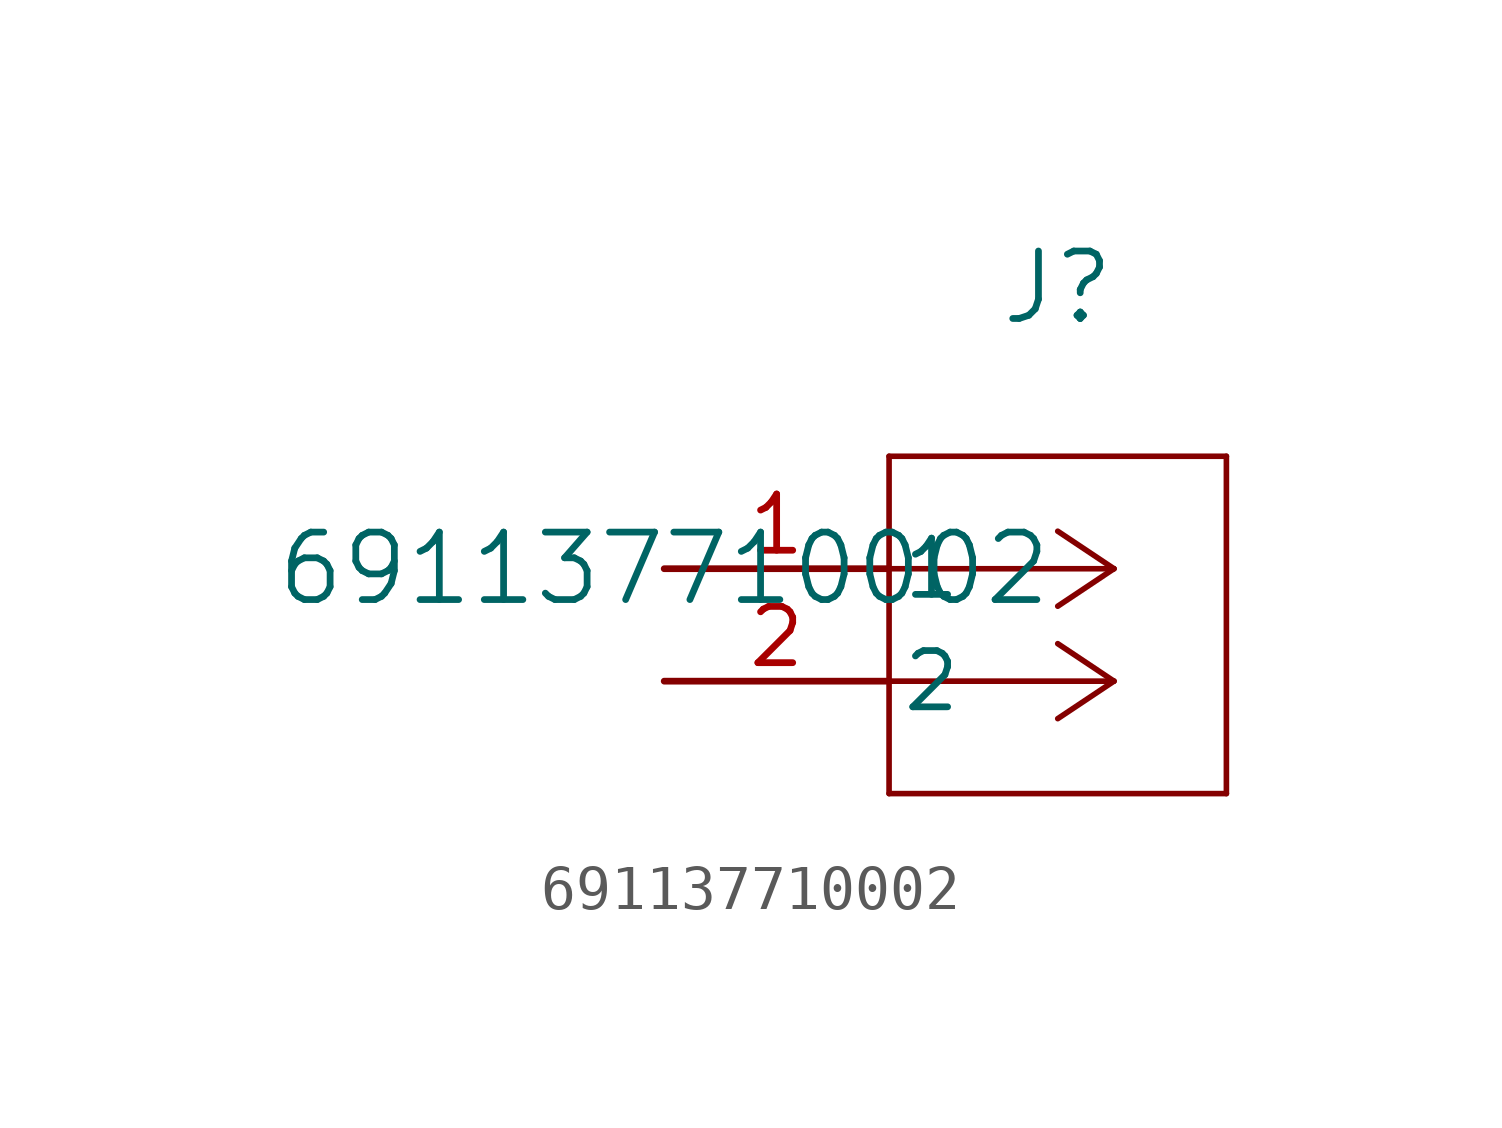
<source format=kicad_sym>
(kicad_symbol_lib
  (version 20211014)
  (generator kicad_symbol_editor)
  (symbol "691137710002"
    (pin_names
      (offset 0.254))
    (property "Reference" "J"
      (at 8.89 6.35 0)
      (effects (font (size 1.524 1.524))))
    (property "Value" "691137710002"
      (at 0 0 0)
      (effects (font (size 1.524 1.524))))
    (polyline
      (pts (xy 10.16 0) (xy 5.08 0))
      (stroke (width 0.127) (type default) (color 0 0 0 0))
      (fill (type none)))
    (polyline
      (pts (xy 10.16 -2.54) (xy 5.08 -2.54))
      (stroke (width 0.127) (type default) (color 0 0 0 0))
      (fill (type none)))
    (polyline
      (pts (xy 10.16 0) (xy 8.89 0.847))
      (stroke (width 0.127) (type default) (color 0 0 0 0))
      (fill (type none)))
    (polyline
      (pts (xy 10.16 -2.54) (xy 8.89 -1.693))
      (stroke (width 0.127) (type default) (color 0 0 0 0))
      (fill (type none)))
    (polyline
      (pts (xy 10.16 0) (xy 8.89 -0.847))
      (stroke (width 0.127) (type default) (color 0 0 0 0))
      (fill (type none)))
    (polyline
      (pts (xy 10.16 -2.54) (xy 8.89 -3.387))
      (stroke (width 0.127) (type default) (color 0 0 0 0))
      (fill (type none)))
    (polyline
      (pts (xy 5.08 2.54) (xy 5.08 -5.08))
      (stroke (width 0.127) (type default) (color 0 0 0 0))
      (fill (type none)))
    (polyline
      (pts (xy 5.08 -5.08) (xy 12.7 -5.08))
      (stroke (width 0.127) (type default) (color 0 0 0 0))
      (fill (type none)))
    (polyline
      (pts (xy 12.7 -5.08) (xy 12.7 2.54))
      (stroke (width 0.127) (type default) (color 0 0 0 0))
      (fill (type none)))
    (polyline
      (pts (xy 12.7 2.54) (xy 5.08 2.54))
      (stroke (width 0.127) (type default) (color 0 0 0 0))
      (fill (type none)))
    (pin unspecified line
      (at 0 0 0)
      (length 5.08)
      (name "1" (effects (font (size 1.27 1.27))))
      (number "1" (effects (font (size 1.27 1.27)))))
    (pin unspecified line
      (at 0 -2.54 0)
      (length 5.08)
      (name "2" (effects (font (size 1.27 1.27))))
      (number "2" (effects (font (size 1.27 1.27)))))))
</source>
